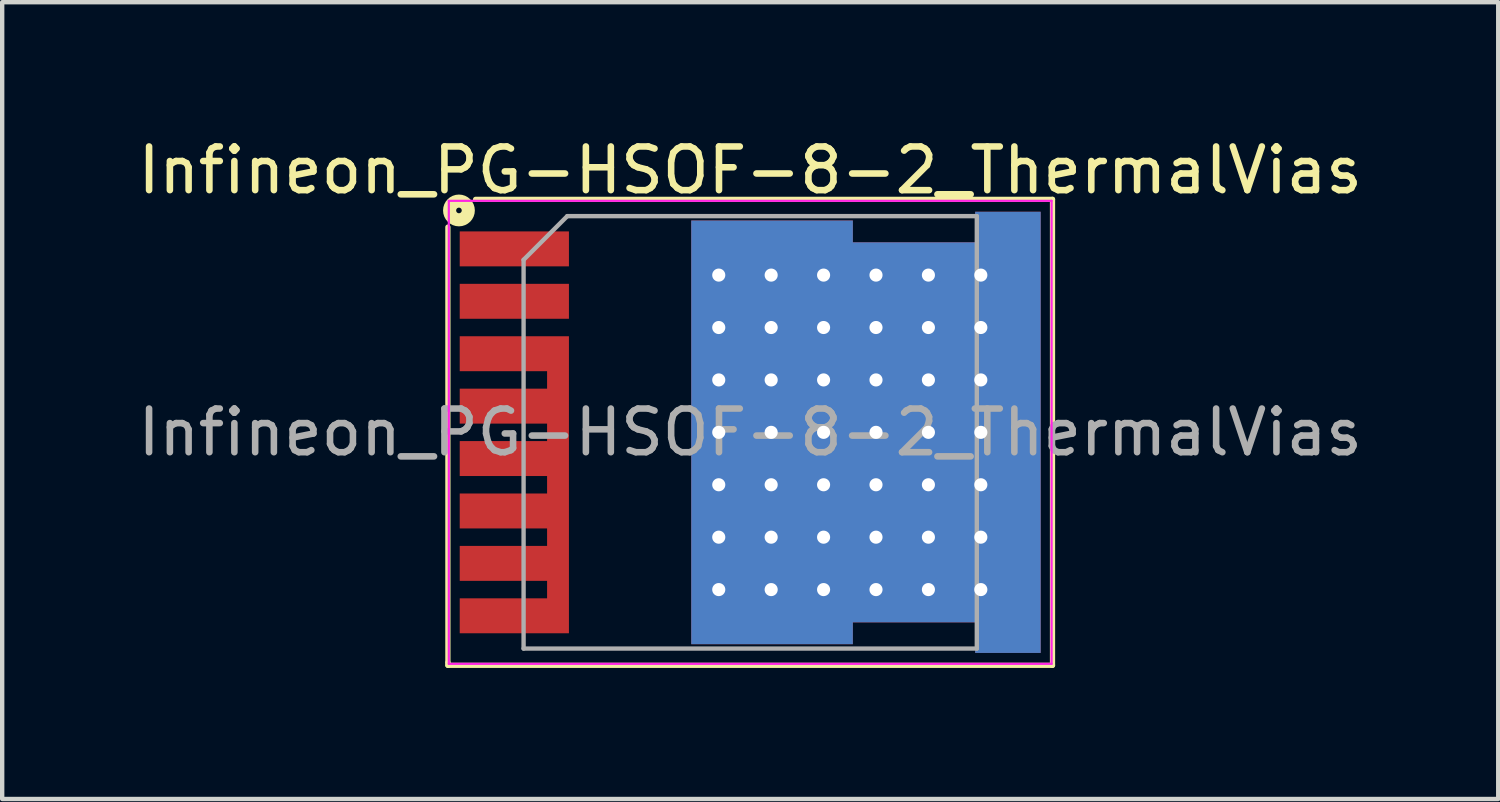
<source format=kicad_pcb>
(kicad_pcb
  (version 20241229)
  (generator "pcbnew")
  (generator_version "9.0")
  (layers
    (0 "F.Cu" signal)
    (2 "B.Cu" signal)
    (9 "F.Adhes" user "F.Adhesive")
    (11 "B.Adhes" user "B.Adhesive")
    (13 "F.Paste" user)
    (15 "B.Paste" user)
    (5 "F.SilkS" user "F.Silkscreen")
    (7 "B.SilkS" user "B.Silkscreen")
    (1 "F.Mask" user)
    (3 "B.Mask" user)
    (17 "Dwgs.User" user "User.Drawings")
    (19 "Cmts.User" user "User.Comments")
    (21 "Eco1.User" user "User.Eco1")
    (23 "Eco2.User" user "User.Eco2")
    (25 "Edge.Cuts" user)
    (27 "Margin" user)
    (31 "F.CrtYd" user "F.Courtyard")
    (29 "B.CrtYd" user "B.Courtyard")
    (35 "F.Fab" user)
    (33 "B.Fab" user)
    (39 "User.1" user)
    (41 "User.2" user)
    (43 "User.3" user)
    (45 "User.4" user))
  (footprint "Infineon_PG-HSOF-8-2_ThermalVias"
    (layer "F.Cu")
    (at 14.125 6.848)
    (property "Reference" "Infineon_PG-HSOF-8-2_ThermalVias" (at 0 -6 0) (layer "F.SilkS") (effects (font (size 1 1) (thickness 0.15))))
    (attr smd)
    (fp_line (start -6.921 -4.699) (end -6.921 5.271) (stroke (width 0.12) (type solid)) (layer "F.SilkS"))
    (fp_line (start -6.921 5.271) (end -6.921 5.334) (stroke (width 0.12) (type solid)) (layer "F.SilkS"))
    (fp_line (start -6.921 5.334) (end 6.921 5.334) (stroke (width 0.12) (type solid)) (layer "F.SilkS"))
    (fp_line (start 6.921 -5.334) (end -6.287 -5.334) (stroke (width 0.12) (type solid)) (layer "F.SilkS"))
    (fp_line (start 6.921 5.334) (end 6.921 -5.334) (stroke (width 0.12) (type solid)) (layer "F.SilkS"))
    (fp_circle (center -6.668 -5.08) (end -6.604 -5.08) (stroke (width 0.3) (type solid)) (fill no) (layer "F.SilkS"))
    (fp_line (start -6.9 5.3) (end -6.9 -5.3) (stroke (width 0.05) (type solid)) (layer "F.CrtYd"))
    (fp_line (start -6.9 5.3) (end 6.9 5.3) (stroke (width 0.05) (type solid)) (layer "F.CrtYd"))
    (fp_line (start 6.9 -5.3) (end -6.9 -5.3) (stroke (width 0.05) (type solid)) (layer "F.CrtYd"))
    (fp_line (start 6.9 -5.3) (end 6.9 5.3) (stroke (width 0.05) (type solid)) (layer "F.CrtYd"))
    (fp_line (start -5.188 4.95) (end -5.188 -3.95) (stroke (width 0.1) (type solid)) (layer "F.Fab"))
    (fp_line (start -4.188 -4.95) (end -5.188 -3.95) (stroke (width 0.1) (type solid)) (layer "F.Fab"))
    (fp_line (start -4.188 -4.95) (end 5.188 -4.95) (stroke (width 0.1) (type solid)) (layer "F.Fab"))
    (fp_line (start 5.188 -4.95) (end 5.188 4.95) (stroke (width 0.1) (type solid)) (layer "F.Fab"))
    (fp_line (start 5.188 4.95) (end -5.188 4.95) (stroke (width 0.1) (type solid)) (layer "F.Fab"))
    (fp_text user "${REFERENCE}" (at 0 0 0) (layer "F.Fab") (effects (font (size 1 1) (thickness 0.15))))
    (pad "" smd rect (at -5.4 -4.2) (size 2.35 0.7) (layers "F.Paste"))
    (pad "" smd rect (at -5.4 -3) (size 2.35 0.7) (layers "F.Paste"))
    (pad "" smd rect (at -5.4 -1.8) (size 2.35 0.7) (layers "F.Paste"))
    (pad "" smd rect (at -5.4 -0.6) (size 2.35 0.7) (layers "F.Paste"))
    (pad "" smd rect (at -5.4 0.6) (size 2.35 0.7) (layers "F.Paste"))
    (pad "" smd rect (at -5.4 1.8) (size 2.35 0.7) (layers "F.Paste"))
    (pad "" smd rect (at -5.4 3) (size 2.35 0.7) (layers "F.Paste"))
    (pad "" smd rect (at -5.4 4.2) (size 2.35 0.7) (layers "F.Paste"))
    (pad "" smd circle (at -0.12 -4.2) (size 1 1) (layers "F.Paste"))
    (pad "" smd circle (at -0.12 -3) (size 1 1) (layers "F.Paste"))
    (pad "" smd circle (at -0.12 -1.8) (size 1 1) (layers "F.Paste"))
    (pad "" smd circle (at -0.12 -0.6) (size 1 1) (layers "F.Paste"))
    (pad "" smd circle (at -0.12 0.6) (size 1 1) (layers "F.Paste"))
    (pad "" smd circle (at -0.12 1.8) (size 1 1) (layers "F.Paste"))
    (pad "" smd circle (at -0.12 3) (size 1 1) (layers "F.Paste"))
    (pad "" smd circle (at -0.12 4.2) (size 1 1) (layers "F.Paste"))
    (pad "" smd circle (at 1.08 -4.2) (size 1 1) (layers "F.Paste"))
    (pad "" smd circle (at 1.08 -3) (size 1 1) (layers "F.Paste"))
    (pad "" smd circle (at 1.08 -1.8) (size 1 1) (layers "F.Paste"))
    (pad "" smd circle (at 1.08 -0.6) (size 1 1) (layers "F.Paste"))
    (pad "" smd circle (at 1.08 0.6) (size 1 1) (layers "F.Paste"))
    (pad "" smd circle (at 1.08 1.8) (size 1 1) (layers "F.Paste"))
    (pad "" smd circle (at 1.08 3) (size 1 1) (layers "F.Paste"))
    (pad "" smd circle (at 1.08 4.2) (size 1 1) (layers "F.Paste"))
    (pad "" smd circle (at 2.28 -3) (size 1 1) (layers "F.Paste"))
    (pad "" smd circle (at 2.28 -1.8) (size 1 1) (layers "F.Paste"))
    (pad "" smd circle (at 2.28 -0.6) (size 1 1) (layers "F.Paste"))
    (pad "" smd circle (at 2.28 0.6) (size 1 1) (layers "F.Paste"))
    (pad "" smd circle (at 2.28 1.8) (size 1 1) (layers "F.Paste"))
    (pad "" smd circle (at 2.28 3) (size 1 1) (layers "F.Paste"))
    (pad "" smd circle (at 3.48 -3) (size 1 1) (layers "F.Paste"))
    (pad "" smd circle (at 3.48 -1.8) (size 1 1) (layers "F.Paste"))
    (pad "" smd circle (at 3.48 -0.6) (size 1 1) (layers "F.Paste"))
    (pad "" smd circle (at 3.48 0.6) (size 1 1) (layers "F.Paste"))
    (pad "" smd circle (at 3.48 1.8) (size 1 1) (layers "F.Paste"))
    (pad "" smd circle (at 3.48 3) (size 1 1) (layers "F.Paste"))
    (pad "" smd circle (at 4.68 -3) (size 1 1) (layers "F.Paste"))
    (pad "" smd circle (at 4.68 -1.8) (size 1 1) (layers "F.Paste"))
    (pad "" smd circle (at 4.68 -0.6) (size 1 1) (layers "F.Paste"))
    (pad "" smd circle (at 4.68 0.6) (size 1 1) (layers "F.Paste"))
    (pad "" smd circle (at 4.68 1.8) (size 1 1) (layers "F.Paste"))
    (pad "" smd circle (at 4.68 3) (size 1 1) (layers "F.Paste"))
    (pad "" smd circle (at 5.88 -4.2) (size 1 1) (layers "F.Paste"))
    (pad "" smd circle (at 5.88 -3) (size 1 1) (layers "F.Paste"))
    (pad "" smd circle (at 5.88 -1.8) (size 1 1) (layers "F.Paste"))
    (pad "" smd circle (at 5.88 -0.6) (size 1 1) (layers "F.Paste"))
    (pad "" smd circle (at 5.88 0.6) (size 1 1) (layers "F.Paste"))
    (pad "" smd circle (at 5.88 1.8) (size 1 1) (layers "F.Paste"))
    (pad "" smd circle (at 5.88 3) (size 1 1) (layers "F.Paste"))
    (pad "" smd circle (at 5.88 4.2) (size 1 1) (layers "F.Paste"))
    (pad "1" smd rect (at -5.4 -4.2) (size 2.5 0.8) (layers "F.Cu" "F.Mask"))
    (pad "2" smd rect (at -5.4 -3) (size 2.5 0.8) (layers "F.Cu" "F.Mask"))
    (pad "3" smd custom (at -4.4 1.2) (size 0.5 6.8) (layers "F.Cu" "F.Mask") (options (anchor rect)) (primitives (gr_poly (pts (xy -0.25 -2.6) (xy -2.25 -2.6) (xy -2.25 -3.4) (xy -0.25 -3.4)) (width 0) (fill yes)) (gr_poly (pts (xy -0.25 -1.4) (xy -2.25 -1.4) (xy -2.25 -2.2) (xy -0.25 -2.2)) (width 0) (fill yes)) (gr_poly (pts (xy -0.25 -0.2) (xy -2.25 -0.2) (xy -2.25 -1) (xy -0.25 -1)) (width 0) (fill yes)) (gr_poly (pts (xy -0.25 1) (xy -2.25 1) (xy -2.25 0.2) (xy -0.25 0.2)) (width 0) (fill yes)) (gr_poly (pts (xy -0.25 2.2) (xy -2.25 2.2) (xy -2.25 1.4) (xy -0.25 1.4)) (width 0) (fill yes)) (gr_poly (pts (xy -0.25 3.4) (xy -2.25 3.4) (xy -2.25 2.6) (xy -0.25 2.6)) (width 0) (fill yes))))
    (pad "4" thru_hole circle (at -0.72 -3.6) (size 0.6 0.6) (drill 0.3) (layers "*.Cu"))
    (pad "4" thru_hole circle (at -0.72 -2.4) (size 0.6 0.6) (drill 0.3) (layers "*.Cu"))
    (pad "4" thru_hole circle (at -0.72 -1.2) (size 0.6 0.6) (drill 0.3) (layers "*.Cu"))
    (pad "4" thru_hole circle (at -0.72 0) (size 0.6 0.6) (drill 0.3) (layers "*.Cu"))
    (pad "4" thru_hole circle (at -0.72 1.2) (size 0.6 0.6) (drill 0.3) (layers "*.Cu"))
    (pad "4" thru_hole circle (at -0.72 2.4) (size 0.6 0.6) (drill 0.3) (layers "*.Cu"))
    (pad "4" thru_hole circle (at -0.72 3.6) (size 0.6 0.6) (drill 0.3) (layers "*.Cu"))
    (pad "4" thru_hole circle (at 0.48 -3.6) (size 0.6 0.6) (drill 0.3) (layers "*.Cu"))
    (pad "4" thru_hole circle (at 0.48 -2.4) (size 0.6 0.6) (drill 0.3) (layers "*.Cu"))
    (pad "4" thru_hole circle (at 0.48 -1.2) (size 0.6 0.6) (drill 0.3) (layers "*.Cu"))
    (pad "4" thru_hole circle (at 0.48 0) (size 0.6 0.6) (drill 0.3) (layers "*.Cu"))
    (pad "4" thru_hole circle (at 0.48 1.2) (size 0.6 0.6) (drill 0.3) (layers "*.Cu"))
    (pad "4" thru_hole circle (at 0.48 2.4) (size 0.6 0.6) (drill 0.3) (layers "*.Cu"))
    (pad "4" thru_hole circle (at 0.48 3.6) (size 0.6 0.6) (drill 0.3) (layers "*.Cu"))
    (pad "4" thru_hole circle (at 1.68 -3.6) (size 0.6 0.6) (drill 0.3) (layers "*.Cu"))
    (pad "4" thru_hole circle (at 1.68 -2.4) (size 0.6 0.6) (drill 0.3) (layers "*.Cu"))
    (pad "4" thru_hole circle (at 1.68 -1.2) (size 0.6 0.6) (drill 0.3) (layers "*.Cu"))
    (pad "4" thru_hole circle (at 1.68 0) (size 0.6 0.6) (drill 0.3) (layers "*.Cu"))
    (pad "4" thru_hole circle (at 1.68 1.2) (size 0.6 0.6) (drill 0.3) (layers "*.Cu"))
    (pad "4" thru_hole circle (at 1.68 2.4) (size 0.6 0.6) (drill 0.3) (layers "*.Cu"))
    (pad "4" thru_hole circle (at 1.68 3.6) (size 0.6 0.6) (drill 0.3) (layers "*.Cu"))
    (pad "4" thru_hole circle (at 2.88 -3.6) (size 0.6 0.6) (drill 0.3) (layers "*.Cu"))
    (pad "4" thru_hole circle (at 2.88 -2.4) (size 0.6 0.6) (drill 0.3) (layers "*.Cu"))
    (pad "4" thru_hole circle (at 2.88 -1.2) (size 0.6 0.6) (drill 0.3) (layers "*.Cu"))
    (pad "4" thru_hole circle (at 2.88 0) (size 0.6 0.6) (drill 0.3) (layers "*.Cu"))
    (pad "4" thru_hole circle (at 2.88 1.2) (size 0.6 0.6) (drill 0.3) (layers "*.Cu"))
    (pad "4" thru_hole circle (at 2.88 2.4) (size 0.6 0.6) (drill 0.3) (layers "*.Cu"))
    (pad "4" thru_hole circle (at 2.88 3.6) (size 0.6 0.6) (drill 0.3) (layers "*.Cu"))
    (pad "4" smd custom (at 3.75 0) (size 2.8 8.7) (layers "F.Cu" "F.Mask") (options (anchor rect)) (primitives (gr_poly (pts (xy 2.9 5.05) (xy 1.4 5.05) (xy 1.4 -5.05) (xy 2.9 -5.05)) (width 0) (fill yes)) (gr_poly (pts (xy -1.4 4.85) (xy -5.1 4.85) (xy -5.1 -4.85) (xy -1.4 -4.85)) (width 0) (fill yes))))
    (pad "4" smd custom (at 3.75 0) (size 2.8 8.7) (layers "B.Cu" "B.Mask") (options (anchor rect)) (primitives (gr_poly (pts (xy 2.9 5.05) (xy 1.4 5.05) (xy 1.4 -5.05) (xy 2.9 -5.05)) (width 0) (fill yes)) (gr_poly (pts (xy -1.4 4.85) (xy -5.1 4.85) (xy -5.1 -4.85) (xy -1.4 -4.85)) (width 0) (fill yes))))
    (pad "4" thru_hole circle (at 4.08 -3.6) (size 0.6 0.6) (drill 0.3) (layers "*.Cu"))
    (pad "4" thru_hole circle (at 4.08 -2.4) (size 0.6 0.6) (drill 0.3) (layers "*.Cu"))
    (pad "4" thru_hole circle (at 4.08 -1.2) (size 0.6 0.6) (drill 0.3) (layers "*.Cu"))
    (pad "4" thru_hole circle (at 4.08 0) (size 0.6 0.6) (drill 0.3) (layers "*.Cu"))
    (pad "4" thru_hole circle (at 4.08 1.2) (size 0.6 0.6) (drill 0.3) (layers "*.Cu"))
    (pad "4" thru_hole circle (at 4.08 2.4) (size 0.6 0.6) (drill 0.3) (layers "*.Cu"))
    (pad "4" thru_hole circle (at 4.08 3.6) (size 0.6 0.6) (drill 0.3) (layers "*.Cu"))
    (pad "4" thru_hole circle (at 5.28 -3.6) (size 0.6 0.6) (drill 0.3) (layers "*.Cu"))
    (pad "4" thru_hole circle (at 5.28 -2.4) (size 0.6 0.6) (drill 0.3) (layers "*.Cu"))
    (pad "4" thru_hole circle (at 5.28 -1.2) (size 0.6 0.6) (drill 0.3) (layers "*.Cu"))
    (pad "4" thru_hole circle (at 5.28 0) (size 0.6 0.6) (drill 0.3) (layers "*.Cu"))
    (pad "4" thru_hole circle (at 5.28 1.2) (size 0.6 0.6) (drill 0.3) (layers "*.Cu"))
    (pad "4" thru_hole circle (at 5.28 2.4) (size 0.6 0.6) (drill 0.3) (layers "*.Cu"))
    (pad "4" thru_hole circle (at 5.28 3.6) (size 0.6 0.6) (drill 0.3) (layers "*.Cu")))
  (gr_rect
    (start -3 -3)
    (end 31.25 15.242)
    (stroke (width 0.1) (type default))
    (fill no)
    (layer "Edge.Cuts")))
</source>
